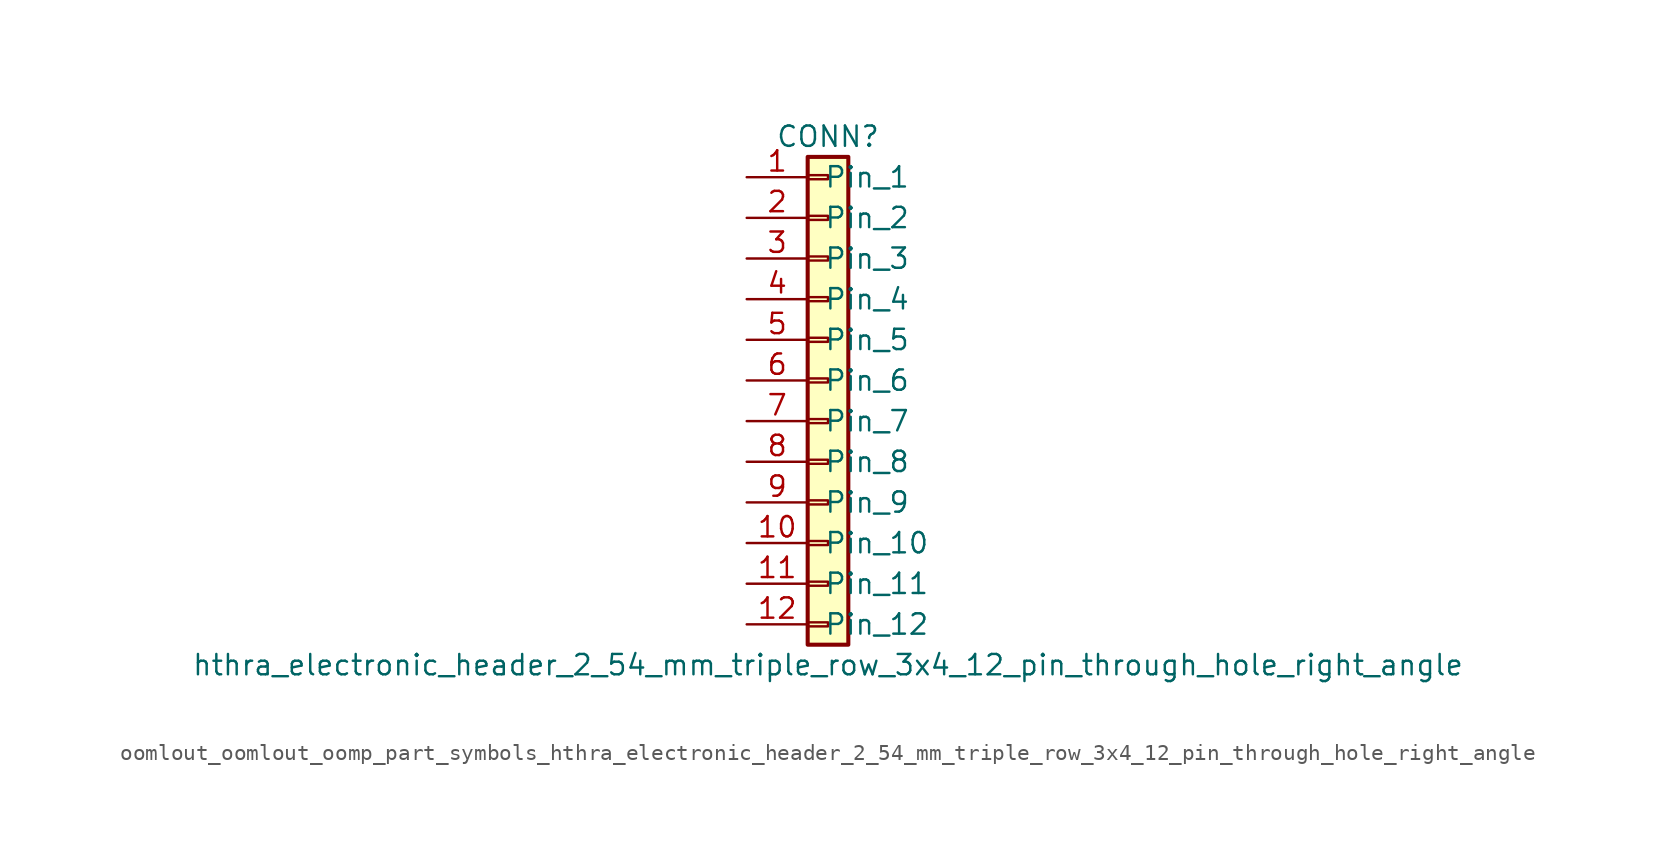
<source format=kicad_sym>
(kicad_symbol_lib
  (version 20220914)
  (generator kicad_symbol_editor)
  (symbol "oomlout_oomlout_oomp_part_symbols_hthra_electronic_header_2_54_mm_triple_row_3x4_12_pin_through_hole_right_angle"
    (pin_names
      (offset 1.016))
    (property "Reference" "CONN"
      (at 0 15.24 0)
      (effects (font (size 1.27 1.27))))
    (property "Value" "hthra_electronic_header_2_54_mm_triple_row_3x4_12_pin_through_hole_right_angle"
      (at 0 -17.78 0)
      (effects (font (size 1.27 1.27))))
    (symbol "oomlout_oomlout_oomp_part_symbols_hthra_electronic_header_2_54_mm_triple_row_3x4_12_pin_through_hole_right_angle_1_1"
      (rectangle (start -1.27 -15.113) (end 0 -15.367) (stroke (width 0.152) (type default)) (fill (type none)))
      (rectangle (start -1.27 -12.573) (end 0 -12.827) (stroke (width 0.152) (type default)) (fill (type none)))
      (rectangle (start -1.27 -10.033) (end 0 -10.287) (stroke (width 0.152) (type default)) (fill (type none)))
      (rectangle (start -1.27 -7.493) (end 0 -7.747) (stroke (width 0.152) (type default)) (fill (type none)))
      (rectangle (start -1.27 -4.953) (end 0 -5.207) (stroke (width 0.152) (type default)) (fill (type none)))
      (rectangle (start -1.27 -2.413) (end 0 -2.667) (stroke (width 0.152) (type default)) (fill (type none)))
      (rectangle (start -1.27 0.127) (end 0 -0.127) (stroke (width 0.152) (type default)) (fill (type none)))
      (rectangle (start -1.27 2.667) (end 0 2.413) (stroke (width 0.152) (type default)) (fill (type none)))
      (rectangle (start -1.27 5.207) (end 0 4.953) (stroke (width 0.152) (type default)) (fill (type none)))
      (rectangle (start -1.27 7.747) (end 0 7.493) (stroke (width 0.152) (type default)) (fill (type none)))
      (rectangle (start -1.27 10.287) (end 0 10.033) (stroke (width 0.152) (type default)) (fill (type none)))
      (rectangle (start -1.27 12.827) (end 0 12.573) (stroke (width 0.152) (type default)) (fill (type none)))
      (rectangle (start -1.27 13.97) (end 1.27 -16.51) (stroke (width 0.254) (type default)) (fill (type background)))
      (pin passive line (at -5.08 12.7 0) (length 3.81) (name "Pin_1" (effects (font (size 1.27 1.27)))) (number "1" (effects (font (size 1.27 1.27)))))
      (pin passive line (at -5.08 -10.16 0) (length 3.81) (name "Pin_10" (effects (font (size 1.27 1.27)))) (number "10" (effects (font (size 1.27 1.27)))))
      (pin passive line (at -5.08 -12.7 0) (length 3.81) (name "Pin_11" (effects (font (size 1.27 1.27)))) (number "11" (effects (font (size 1.27 1.27)))))
      (pin passive line (at -5.08 -15.24 0) (length 3.81) (name "Pin_12" (effects (font (size 1.27 1.27)))) (number "12" (effects (font (size 1.27 1.27)))))
      (pin passive line (at -5.08 10.16 0) (length 3.81) (name "Pin_2" (effects (font (size 1.27 1.27)))) (number "2" (effects (font (size 1.27 1.27)))))
      (pin passive line (at -5.08 7.62 0) (length 3.81) (name "Pin_3" (effects (font (size 1.27 1.27)))) (number "3" (effects (font (size 1.27 1.27)))))
      (pin passive line (at -5.08 5.08 0) (length 3.81) (name "Pin_4" (effects (font (size 1.27 1.27)))) (number "4" (effects (font (size 1.27 1.27)))))
      (pin passive line (at -5.08 2.54 0) (length 3.81) (name "Pin_5" (effects (font (size 1.27 1.27)))) (number "5" (effects (font (size 1.27 1.27)))))
      (pin passive line (at -5.08 0 0) (length 3.81) (name "Pin_6" (effects (font (size 1.27 1.27)))) (number "6" (effects (font (size 1.27 1.27)))))
      (pin passive line (at -5.08 -2.54 0) (length 3.81) (name "Pin_7" (effects (font (size 1.27 1.27)))) (number "7" (effects (font (size 1.27 1.27)))))
      (pin passive line (at -5.08 -5.08 0) (length 3.81) (name "Pin_8" (effects (font (size 1.27 1.27)))) (number "8" (effects (font (size 1.27 1.27)))))
      (pin passive line (at -5.08 -7.62 0) (length 3.81) (name "Pin_9" (effects (font (size 1.27 1.27)))) (number "9" (effects (font (size 1.27 1.27))))))))
</source>
